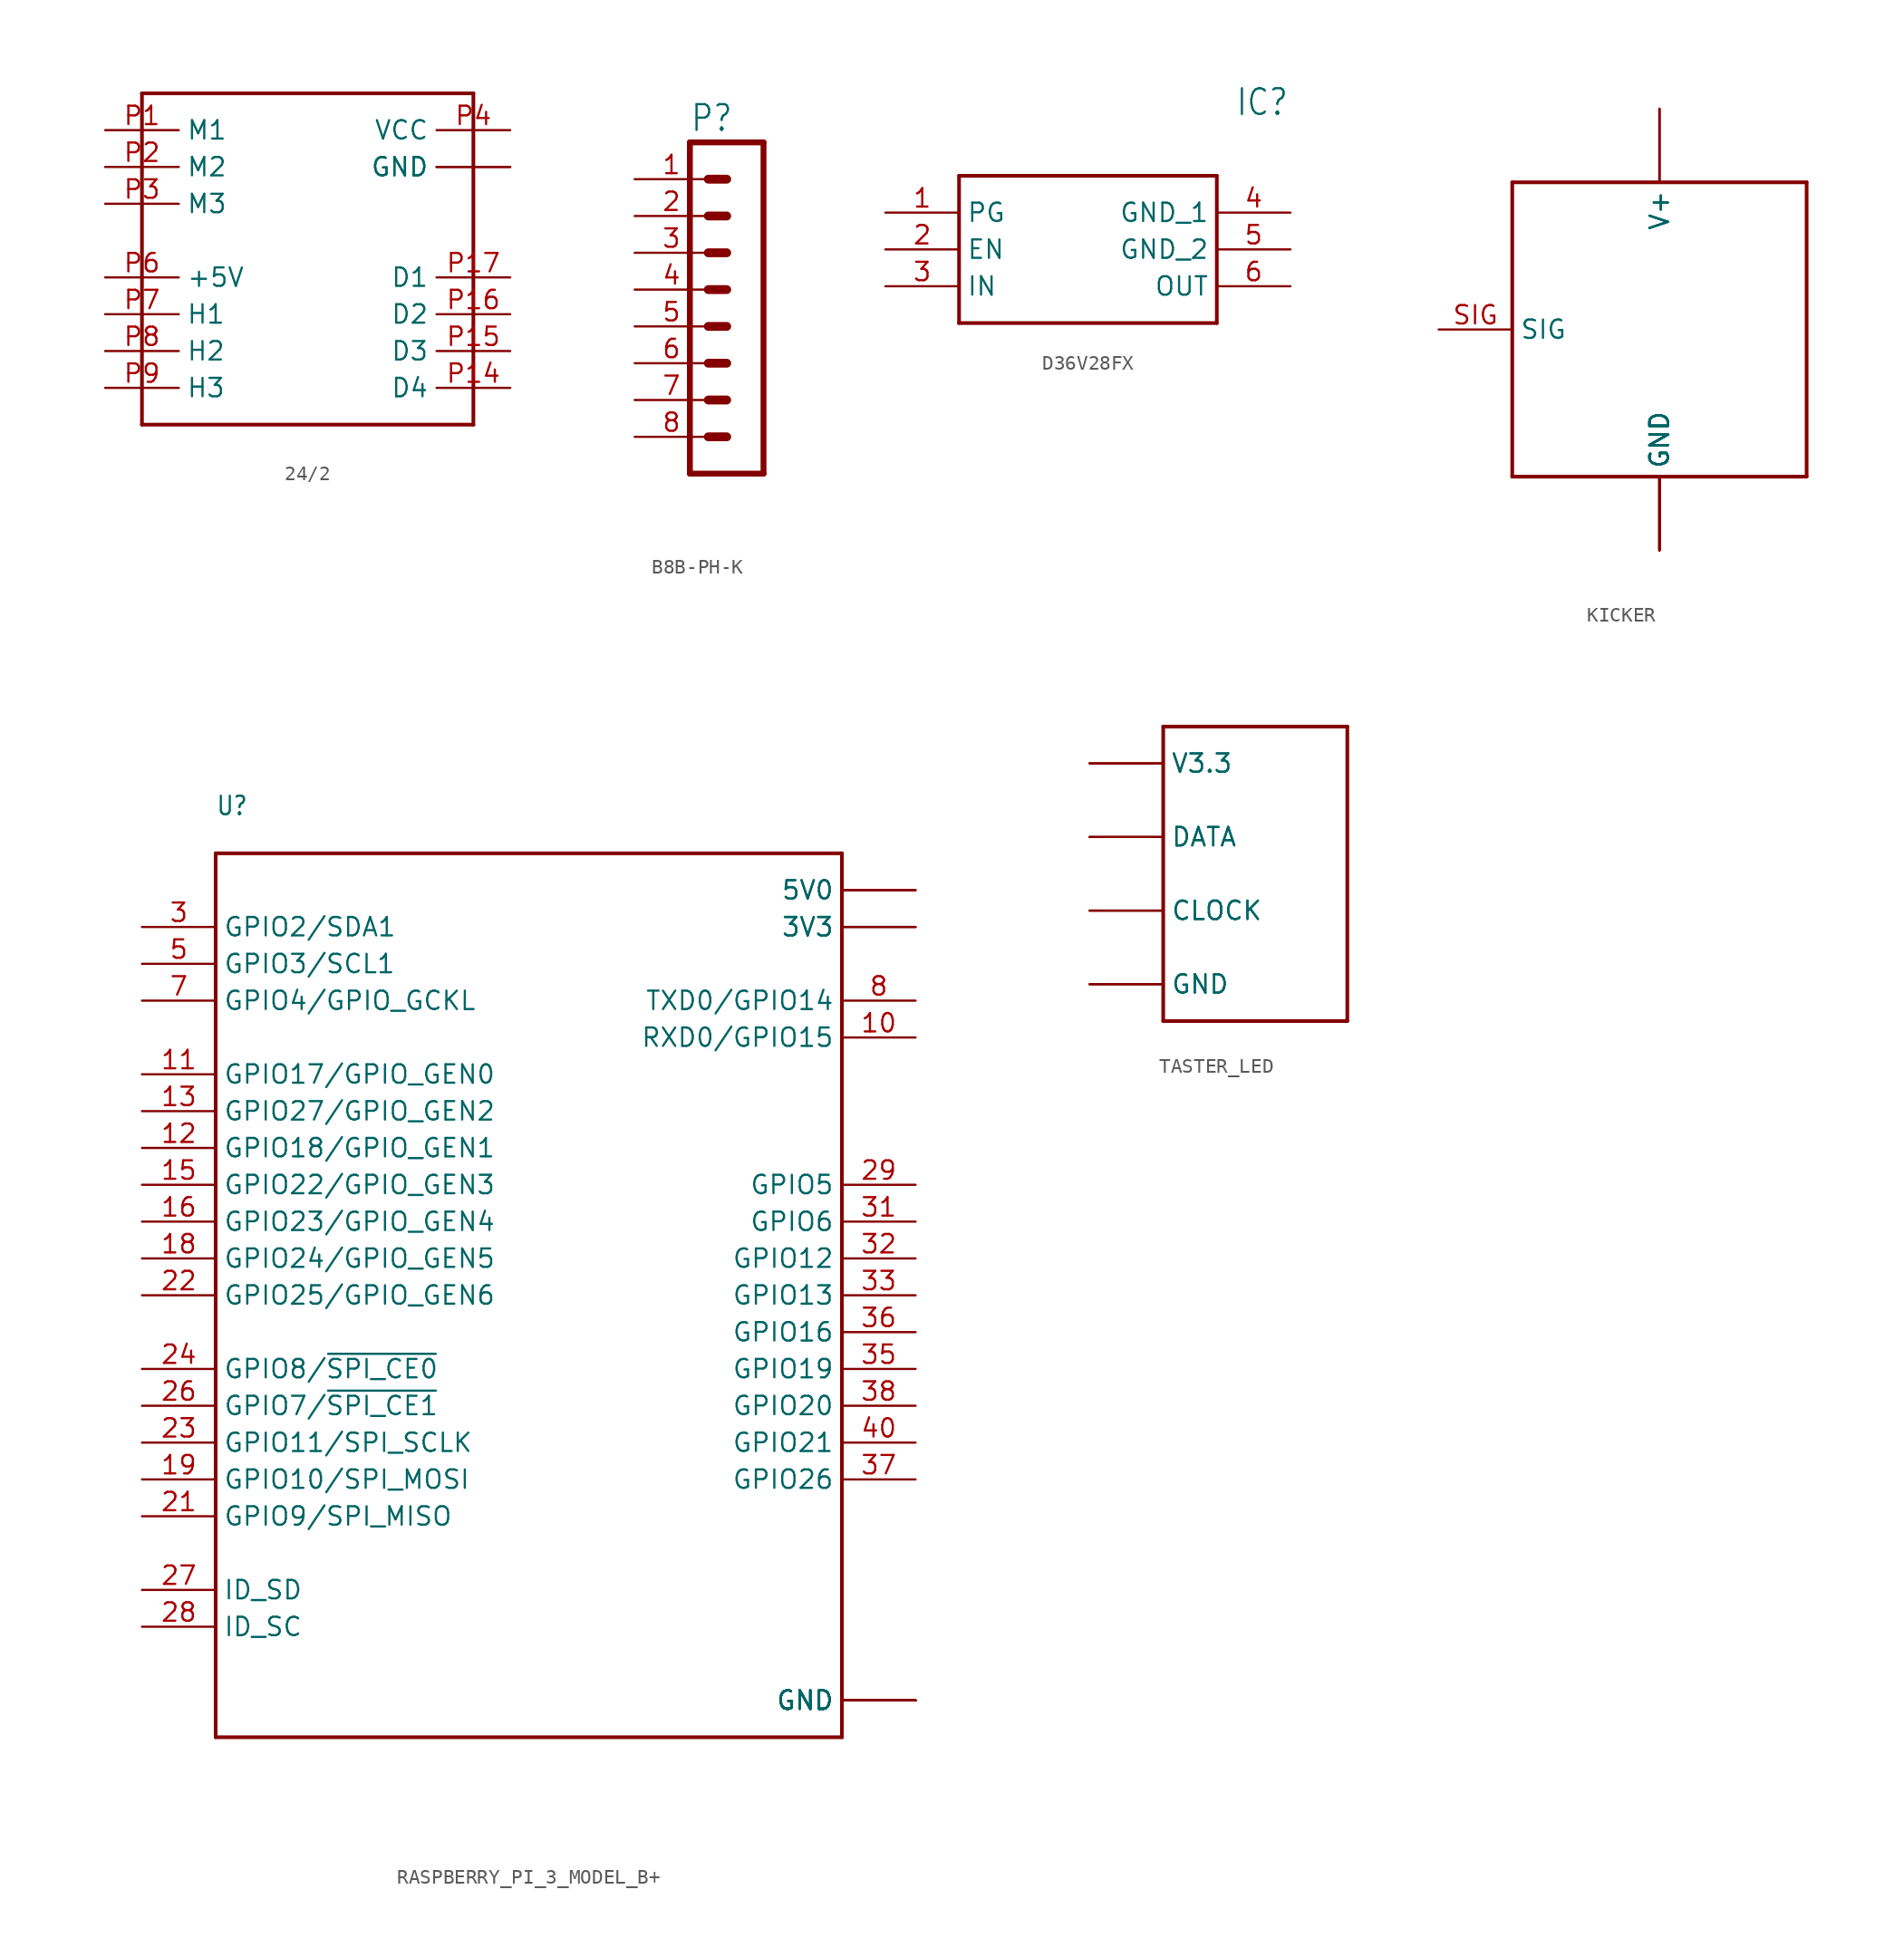
<source format=kicad_sym>
(kicad_symbol_lib
  (version 20220914)
  (generator kicad_symbol_editor)
  (symbol "24/2"
    (property "Reference" ""
      (at -10.16 10.16 0)
      (effects (font (size 1.27 1.079)) (justify left bottom) hide))
    (property "ki_locked" ""
      (at 0 0 0)
      (effects (font (size 1.27 1.27))))
    (symbol "24/2_1_0"
      (polyline (pts (xy -10.16 -12.7) (xy 12.7 -12.7)) (stroke (width 0.254) (type solid)) (fill (type none)))
      (polyline (pts (xy -10.16 10.16) (xy -10.16 -12.7)) (stroke (width 0.254) (type solid)) (fill (type none)))
      (polyline (pts (xy 12.7 -12.7) (xy 12.7 10.16)) (stroke (width 0.254) (type solid)) (fill (type none)))
      (polyline (pts (xy 12.7 10.16) (xy -10.16 10.16)) (stroke (width 0.254) (type solid)) (fill (type none)))
      (pin bidirectional line (at -12.7 7.62 0) (length 5.08) (name "M1" (effects (font (size 1.27 1.27)))) (number "P1" (effects (font (size 1.27 1.27)))))
      (pin bidirectional line (at 15.24 -10.16 180) (length 5.08) (name "D4" (effects (font (size 1.27 1.27)))) (number "P14" (effects (font (size 1.27 1.27)))))
      (pin bidirectional line (at 15.24 -7.62 180) (length 5.08) (name "D3" (effects (font (size 1.27 1.27)))) (number "P15" (effects (font (size 1.27 1.27)))))
      (pin bidirectional line (at 15.24 -5.08 180) (length 5.08) (name "D2" (effects (font (size 1.27 1.27)))) (number "P16" (effects (font (size 1.27 1.27)))))
      (pin bidirectional line (at 15.24 -2.54 180) (length 5.08) (name "D1" (effects (font (size 1.27 1.27)))) (number "P17" (effects (font (size 1.27 1.27)))))
      (pin bidirectional line (at 15.24 5.08 180) (length 5.08) (name "GND" (effects (font (size 1.27 1.27)))) (number "P18" (effects (font (size 0 0)))))
      (pin bidirectional line (at -12.7 5.08 0) (length 5.08) (name "M2" (effects (font (size 1.27 1.27)))) (number "P2" (effects (font (size 1.27 1.27)))))
      (pin bidirectional line (at -12.7 2.54 0) (length 5.08) (name "M3" (effects (font (size 1.27 1.27)))) (number "P3" (effects (font (size 1.27 1.27)))))
      (pin bidirectional line (at 15.24 7.62 180) (length 5.08) (name "VCC" (effects (font (size 1.27 1.27)))) (number "P4" (effects (font (size 1.27 1.27)))))
      (pin bidirectional line (at 15.24 5.08 180) (length 5.08) (name "GND" (effects (font (size 1.27 1.27)))) (number "P5" (effects (font (size 0 0)))))
      (pin bidirectional line (at -12.7 -2.54 0) (length 5.08) (name "+5V" (effects (font (size 1.27 1.27)))) (number "P6" (effects (font (size 1.27 1.27)))))
      (pin bidirectional line (at -12.7 -5.08 0) (length 5.08) (name "H1" (effects (font (size 1.27 1.27)))) (number "P7" (effects (font (size 1.27 1.27)))))
      (pin bidirectional line (at -12.7 -7.62 0) (length 5.08) (name "H2" (effects (font (size 1.27 1.27)))) (number "P8" (effects (font (size 1.27 1.27)))))
      (pin bidirectional line (at -12.7 -10.16 0) (length 5.08) (name "H3" (effects (font (size 1.27 1.27)))) (number "P9" (effects (font (size 1.27 1.27)))))))
  (symbol "B8B-PH-K"
    (property "Reference" "P"
      (at -1.27 13.335 0)
      (effects (font (size 1.778 1.511)) (justify left bottom)))
    (property "Value" ""
      (at -1.27 -12.7 0)
      (effects (font (size 1.778 1.511)) (justify left bottom)))
    (property "ki_locked" ""
      (at 0 0 0)
      (effects (font (size 1.27 1.27))))
    (symbol "B8B-PH-K_1_0"
      (polyline (pts (xy -1.27 -10.16) (xy 3.81 -10.16)) (stroke (width 0.406) (type solid)) (fill (type none)))
      (polyline (pts (xy -1.27 12.7) (xy -1.27 -10.16)) (stroke (width 0.406) (type solid)) (fill (type none)))
      (polyline (pts (xy -1.27 12.7) (xy 3.81 12.7)) (stroke (width 0.406) (type solid)) (fill (type none)))
      (polyline (pts (xy 1.27 -7.62) (xy 0 -7.62)) (stroke (width 0.61) (type solid)) (fill (type none)))
      (polyline (pts (xy 1.27 -5.08) (xy 0 -5.08)) (stroke (width 0.61) (type solid)) (fill (type none)))
      (polyline (pts (xy 1.27 -2.54) (xy 0 -2.54)) (stroke (width 0.61) (type solid)) (fill (type none)))
      (polyline (pts (xy 1.27 0) (xy 0 0)) (stroke (width 0.61) (type solid)) (fill (type none)))
      (polyline (pts (xy 1.27 2.54) (xy 0 2.54)) (stroke (width 0.61) (type solid)) (fill (type none)))
      (polyline (pts (xy 1.27 5.08) (xy 0 5.08)) (stroke (width 0.61) (type solid)) (fill (type none)))
      (polyline (pts (xy 1.27 7.62) (xy 0 7.62)) (stroke (width 0.61) (type solid)) (fill (type none)))
      (polyline (pts (xy 1.27 10.16) (xy 0 10.16)) (stroke (width 0.61) (type solid)) (fill (type none)))
      (polyline (pts (xy 3.81 12.7) (xy 3.81 -10.16)) (stroke (width 0.406) (type solid)) (fill (type none)))
      (pin passive line (at -5.08 10.16 0) (length 5.08) (name "1" (effects (font (size 0 0)))) (number "1" (effects (font (size 1.27 1.27)))))
      (pin passive line (at -5.08 7.62 0) (length 5.08) (name "2" (effects (font (size 0 0)))) (number "2" (effects (font (size 1.27 1.27)))))
      (pin passive line (at -5.08 5.08 0) (length 5.08) (name "3" (effects (font (size 0 0)))) (number "3" (effects (font (size 1.27 1.27)))))
      (pin passive line (at -5.08 2.54 0) (length 5.08) (name "4" (effects (font (size 0 0)))) (number "4" (effects (font (size 1.27 1.27)))))
      (pin passive line (at -5.08 0 0) (length 5.08) (name "5" (effects (font (size 0 0)))) (number "5" (effects (font (size 1.27 1.27)))))
      (pin passive line (at -5.08 -2.54 0) (length 5.08) (name "6" (effects (font (size 0 0)))) (number "6" (effects (font (size 1.27 1.27)))))
      (pin passive line (at -5.08 -5.08 0) (length 5.08) (name "7" (effects (font (size 0 0)))) (number "7" (effects (font (size 1.27 1.27)))))
      (pin passive line (at -5.08 -7.62 0) (length 5.08) (name "8" (effects (font (size 0 0)))) (number "8" (effects (font (size 1.27 1.27)))))))
  (symbol "D36V28FX"
    (property "Reference" "IC"
      (at 24.13 7.62 0)
      (effects (font (size 1.778 1.511)) (justify left)))
    (property "Value" ""
      (at 24.13 5.08 0)
      (effects (font (size 1.778 1.511)) (justify left)))
    (property "ki_locked" ""
      (at 0 0 0)
      (effects (font (size 1.27 1.27))))
    (symbol "D36V28FX_1_0"
      (polyline (pts (xy 5.08 2.54) (xy 5.08 -7.62)) (stroke (width 0.254) (type solid)) (fill (type none)))
      (polyline (pts (xy 5.08 2.54) (xy 22.86 2.54)) (stroke (width 0.254) (type solid)) (fill (type none)))
      (polyline (pts (xy 22.86 -7.62) (xy 5.08 -7.62)) (stroke (width 0.254) (type solid)) (fill (type none)))
      (polyline (pts (xy 22.86 -7.62) (xy 22.86 2.54)) (stroke (width 0.254) (type solid)) (fill (type none)))
      (pin bidirectional line (at 0 0 0) (length 5.08) (name "PG" (effects (font (size 1.27 1.27)))) (number "1" (effects (font (size 1.27 1.27)))))
      (pin bidirectional line (at 0 -2.54 0) (length 5.08) (name "EN" (effects (font (size 1.27 1.27)))) (number "2" (effects (font (size 1.27 1.27)))))
      (pin bidirectional line (at 0 -5.08 0) (length 5.08) (name "IN" (effects (font (size 1.27 1.27)))) (number "3" (effects (font (size 1.27 1.27)))))
      (pin bidirectional line (at 27.94 0 180) (length 5.08) (name "GND_1" (effects (font (size 1.27 1.27)))) (number "4" (effects (font (size 1.27 1.27)))))
      (pin bidirectional line (at 27.94 -2.54 180) (length 5.08) (name "GND_2" (effects (font (size 1.27 1.27)))) (number "5" (effects (font (size 1.27 1.27)))))
      (pin bidirectional line (at 27.94 -5.08 180) (length 5.08) (name "OUT" (effects (font (size 1.27 1.27)))) (number "6" (effects (font (size 1.27 1.27)))))))
  (symbol "KICKER"
    (property "Reference" ""
      (at 0 0 0)
      (effects (font (size 1.27 1.27)) hide))
    (property "ki_locked" ""
      (at 0 0 0)
      (effects (font (size 1.27 1.27))))
    (symbol "KICKER_1_0"
      (polyline (pts (xy -10.16 -10.16) (xy -10.16 10.16)) (stroke (width 0.254) (type solid)) (fill (type none)))
      (polyline (pts (xy -10.16 10.16) (xy 10.16 10.16)) (stroke (width 0.254) (type solid)) (fill (type none)))
      (polyline (pts (xy 10.16 -10.16) (xy -10.16 -10.16)) (stroke (width 0.254) (type solid)) (fill (type none)))
      (polyline (pts (xy 10.16 10.16) (xy 10.16 -10.16)) (stroke (width 0.254) (type solid)) (fill (type none)))
      (pin bidirectional line (at 0 -15.24 90) (length 5.08) (name "GND" (effects (font (size 1.27 1.27)))) (number "GND1" (effects (font (size 0 0)))))
      (pin bidirectional line (at 0 -15.24 90) (length 5.08) (name "GND" (effects (font (size 1.27 1.27)))) (number "GND2" (effects (font (size 0 0)))))
      (pin bidirectional line (at 0 -15.24 90) (length 5.08) (name "GND" (effects (font (size 1.27 1.27)))) (number "GND3" (effects (font (size 0 0)))))
      (pin bidirectional line (at 0 -15.24 90) (length 5.08) (name "GND" (effects (font (size 1.27 1.27)))) (number "GND4" (effects (font (size 0 0)))))
      (pin bidirectional line (at 0 -15.24 90) (length 5.08) (name "GND" (effects (font (size 1.27 1.27)))) (number "GND5" (effects (font (size 0 0)))))
      (pin bidirectional line (at 0 -15.24 90) (length 5.08) (name "GND" (effects (font (size 1.27 1.27)))) (number "GND6" (effects (font (size 0 0)))))
      (pin bidirectional line (at 0 -15.24 90) (length 5.08) (name "GND" (effects (font (size 1.27 1.27)))) (number "GND7" (effects (font (size 0 0)))))
      (pin bidirectional line (at 0 -15.24 90) (length 5.08) (name "GND" (effects (font (size 1.27 1.27)))) (number "GND8" (effects (font (size 0 0)))))
      (pin bidirectional line (at -15.24 0 0) (length 5.08) (name "SIG" (effects (font (size 1.27 1.27)))) (number "SIG" (effects (font (size 1.27 1.27)))))
      (pin bidirectional line (at 0 15.24 270) (length 5.08) (name "V+" (effects (font (size 1.27 1.27)))) (number "V+1" (effects (font (size 0 0)))))
      (pin bidirectional line (at 0 15.24 270) (length 5.08) (name "V+" (effects (font (size 1.27 1.27)))) (number "V+2" (effects (font (size 0 0)))))
      (pin bidirectional line (at 0 15.24 270) (length 5.08) (name "V+" (effects (font (size 1.27 1.27)))) (number "V+3" (effects (font (size 0 0)))))))
  (symbol "RASPBERRY_PI_3_MODEL_B+"
    (property "Reference" "U"
      (at -22.86 27.94 0)
      (effects (font (size 1.27 1.079)) (justify left bottom)))
    (property "Value" ""
      (at -22.86 -37.465 0)
      (effects (font (size 1.27 1.079)) (justify left bottom)))
    (property "ki_locked" ""
      (at 0 0 0)
      (effects (font (size 1.27 1.27))))
    (symbol "RASPBERRY_PI_3_MODEL_B+_1_0"
      (polyline (pts (xy -22.86 -35.56) (xy -22.86 25.4)) (stroke (width 0.254) (type solid)) (fill (type none)))
      (polyline (pts (xy -22.86 25.4) (xy 20.32 25.4)) (stroke (width 0.254) (type solid)) (fill (type none)))
      (polyline (pts (xy 20.32 -35.56) (xy -22.86 -35.56)) (stroke (width 0.254) (type solid)) (fill (type none)))
      (polyline (pts (xy 20.32 25.4) (xy 20.32 -35.56)) (stroke (width 0.254) (type solid)) (fill (type none)))
      (pin power_in line (at 25.4 20.32 180) (length 5.08) (name "3V3" (effects (font (size 1.27 1.27)))) (number "1" (effects (font (size 0 0)))))
      (pin bidirectional line (at 25.4 12.7 180) (length 5.08) (name "RXD0/GPIO15" (effects (font (size 1.27 1.27)))) (number "10" (effects (font (size 1.27 1.27)))))
      (pin bidirectional line (at -27.94 10.16 0) (length 5.08) (name "GPIO17/GPIO_GEN0" (effects (font (size 1.27 1.27)))) (number "11" (effects (font (size 1.27 1.27)))))
      (pin bidirectional line (at -27.94 5.08 0) (length 5.08) (name "GPIO18/GPIO_GEN1" (effects (font (size 1.27 1.27)))) (number "12" (effects (font (size 1.27 1.27)))))
      (pin bidirectional line (at -27.94 7.62 0) (length 5.08) (name "GPIO27/GPIO_GEN2" (effects (font (size 1.27 1.27)))) (number "13" (effects (font (size 1.27 1.27)))))
      (pin power_in line (at 25.4 -33.02 180) (length 5.08) (name "GND" (effects (font (size 1.27 1.27)))) (number "14" (effects (font (size 0 0)))))
      (pin bidirectional line (at -27.94 2.54 0) (length 5.08) (name "GPIO22/GPIO_GEN3" (effects (font (size 1.27 1.27)))) (number "15" (effects (font (size 1.27 1.27)))))
      (pin bidirectional line (at -27.94 0 0) (length 5.08) (name "GPIO23/GPIO_GEN4" (effects (font (size 1.27 1.27)))) (number "16" (effects (font (size 1.27 1.27)))))
      (pin power_in line (at 25.4 20.32 180) (length 5.08) (name "3V3" (effects (font (size 1.27 1.27)))) (number "17" (effects (font (size 0 0)))))
      (pin bidirectional line (at -27.94 -2.54 0) (length 5.08) (name "GPIO24/GPIO_GEN5" (effects (font (size 1.27 1.27)))) (number "18" (effects (font (size 1.27 1.27)))))
      (pin bidirectional line (at -27.94 -17.78 0) (length 5.08) (name "GPIO10/SPI_MOSI" (effects (font (size 1.27 1.27)))) (number "19" (effects (font (size 1.27 1.27)))))
      (pin power_in line (at 25.4 22.86 180) (length 5.08) (name "5V0" (effects (font (size 1.27 1.27)))) (number "2" (effects (font (size 0 0)))))
      (pin power_in line (at 25.4 -33.02 180) (length 5.08) (name "GND" (effects (font (size 1.27 1.27)))) (number "20" (effects (font (size 0 0)))))
      (pin bidirectional line (at -27.94 -20.32 0) (length 5.08) (name "GPIO9/SPI_MISO" (effects (font (size 1.27 1.27)))) (number "21" (effects (font (size 1.27 1.27)))))
      (pin bidirectional line (at -27.94 -5.08 0) (length 5.08) (name "GPIO25/GPIO_GEN6" (effects (font (size 1.27 1.27)))) (number "22" (effects (font (size 1.27 1.27)))))
      (pin bidirectional line (at -27.94 -15.24 0) (length 5.08) (name "GPIO11/SPI_SCLK" (effects (font (size 1.27 1.27)))) (number "23" (effects (font (size 1.27 1.27)))))
      (pin bidirectional line (at -27.94 -10.16 0) (length 5.08) (name "GPIO8/~{SPI_CE0}" (effects (font (size 1.27 1.27)))) (number "24" (effects (font (size 1.27 1.27)))))
      (pin power_in line (at 25.4 -33.02 180) (length 5.08) (name "GND" (effects (font (size 1.27 1.27)))) (number "25" (effects (font (size 0 0)))))
      (pin bidirectional line (at -27.94 -12.7 0) (length 5.08) (name "GPIO7/~{SPI_CE1}" (effects (font (size 1.27 1.27)))) (number "26" (effects (font (size 1.27 1.27)))))
      (pin bidirectional line (at -27.94 -25.4 0) (length 5.08) (name "ID_SD" (effects (font (size 1.27 1.27)))) (number "27" (effects (font (size 1.27 1.27)))))
      (pin bidirectional line (at -27.94 -27.94 0) (length 5.08) (name "ID_SC" (effects (font (size 1.27 1.27)))) (number "28" (effects (font (size 1.27 1.27)))))
      (pin bidirectional line (at 25.4 2.54 180) (length 5.08) (name "GPIO5" (effects (font (size 1.27 1.27)))) (number "29" (effects (font (size 1.27 1.27)))))
      (pin bidirectional line (at -27.94 20.32 0) (length 5.08) (name "GPIO2/SDA1" (effects (font (size 1.27 1.27)))) (number "3" (effects (font (size 1.27 1.27)))))
      (pin power_in line (at 25.4 -33.02 180) (length 5.08) (name "GND" (effects (font (size 1.27 1.27)))) (number "30" (effects (font (size 0 0)))))
      (pin bidirectional line (at 25.4 0 180) (length 5.08) (name "GPIO6" (effects (font (size 1.27 1.27)))) (number "31" (effects (font (size 1.27 1.27)))))
      (pin bidirectional line (at 25.4 -2.54 180) (length 5.08) (name "GPIO12" (effects (font (size 1.27 1.27)))) (number "32" (effects (font (size 1.27 1.27)))))
      (pin bidirectional line (at 25.4 -5.08 180) (length 5.08) (name "GPIO13" (effects (font (size 1.27 1.27)))) (number "33" (effects (font (size 1.27 1.27)))))
      (pin power_in line (at 25.4 -33.02 180) (length 5.08) (name "GND" (effects (font (size 1.27 1.27)))) (number "34" (effects (font (size 0 0)))))
      (pin bidirectional line (at 25.4 -10.16 180) (length 5.08) (name "GPIO19" (effects (font (size 1.27 1.27)))) (number "35" (effects (font (size 1.27 1.27)))))
      (pin bidirectional line (at 25.4 -7.62 180) (length 5.08) (name "GPIO16" (effects (font (size 1.27 1.27)))) (number "36" (effects (font (size 1.27 1.27)))))
      (pin bidirectional line (at 25.4 -17.78 180) (length 5.08) (name "GPIO26" (effects (font (size 1.27 1.27)))) (number "37" (effects (font (size 1.27 1.27)))))
      (pin bidirectional line (at 25.4 -12.7 180) (length 5.08) (name "GPIO20" (effects (font (size 1.27 1.27)))) (number "38" (effects (font (size 1.27 1.27)))))
      (pin power_in line (at 25.4 -33.02 180) (length 5.08) (name "GND" (effects (font (size 1.27 1.27)))) (number "39" (effects (font (size 0 0)))))
      (pin power_in line (at 25.4 22.86 180) (length 5.08) (name "5V0" (effects (font (size 1.27 1.27)))) (number "4" (effects (font (size 0 0)))))
      (pin bidirectional line (at 25.4 -15.24 180) (length 5.08) (name "GPIO21" (effects (font (size 1.27 1.27)))) (number "40" (effects (font (size 1.27 1.27)))))
      (pin bidirectional line (at -27.94 17.78 0) (length 5.08) (name "GPIO3/SCL1" (effects (font (size 1.27 1.27)))) (number "5" (effects (font (size 1.27 1.27)))))
      (pin power_in line (at 25.4 -33.02 180) (length 5.08) (name "GND" (effects (font (size 1.27 1.27)))) (number "6" (effects (font (size 0 0)))))
      (pin bidirectional line (at -27.94 15.24 0) (length 5.08) (name "GPIO4/GPIO_GCKL" (effects (font (size 1.27 1.27)))) (number "7" (effects (font (size 1.27 1.27)))))
      (pin bidirectional line (at 25.4 15.24 180) (length 5.08) (name "TXD0/GPIO14" (effects (font (size 1.27 1.27)))) (number "8" (effects (font (size 1.27 1.27)))))
      (pin power_in line (at 25.4 -33.02 180) (length 5.08) (name "GND" (effects (font (size 1.27 1.27)))) (number "9" (effects (font (size 0 0)))))))
  (symbol "TASTER_LED"
    (property "Reference" ""
      (at 0 0 0)
      (effects (font (size 1.27 1.27)) hide))
    (property "ki_locked" ""
      (at 0 0 0)
      (effects (font (size 1.27 1.27))))
    (symbol "TASTER_LED_1_0"
      (polyline (pts (xy -5.08 -10.16) (xy 7.62 -10.16)) (stroke (width 0.254) (type solid)) (fill (type none)))
      (polyline (pts (xy -5.08 10.16) (xy -5.08 -10.16)) (stroke (width 0.254) (type solid)) (fill (type none)))
      (polyline (pts (xy 7.62 -10.16) (xy 7.62 10.16)) (stroke (width 0.254) (type solid)) (fill (type none)))
      (polyline (pts (xy 7.62 10.16) (xy -5.08 10.16)) (stroke (width 0.254) (type solid)) (fill (type none)))
      (pin bidirectional line (at -10.16 -2.54 0) (length 5.08) (name "CLOCK" (effects (font (size 1.27 1.27)))) (number "C1" (effects (font (size 0 0)))))
      (pin bidirectional line (at -10.16 -2.54 0) (length 5.08) (name "CLOCK" (effects (font (size 1.27 1.27)))) (number "C2" (effects (font (size 0 0)))))
      (pin bidirectional line (at -10.16 2.54 0) (length 5.08) (name "DATA" (effects (font (size 1.27 1.27)))) (number "D1" (effects (font (size 0 0)))))
      (pin bidirectional line (at -10.16 2.54 0) (length 5.08) (name "DATA" (effects (font (size 1.27 1.27)))) (number "D2" (effects (font (size 0 0)))))
      (pin bidirectional line (at -10.16 -7.62 0) (length 5.08) (name "GND" (effects (font (size 1.27 1.27)))) (number "G1" (effects (font (size 0 0)))))
      (pin bidirectional line (at -10.16 -7.62 0) (length 5.08) (name "GND" (effects (font (size 1.27 1.27)))) (number "G2" (effects (font (size 0 0)))))
      (pin bidirectional line (at -10.16 7.62 0) (length 5.08) (name "V3.3" (effects (font (size 1.27 1.27)))) (number "V1" (effects (font (size 0 0)))))
      (pin bidirectional line (at -10.16 7.62 0) (length 5.08) (name "V3.3" (effects (font (size 1.27 1.27)))) (number "V2" (effects (font (size 0 0))))))))
</source>
